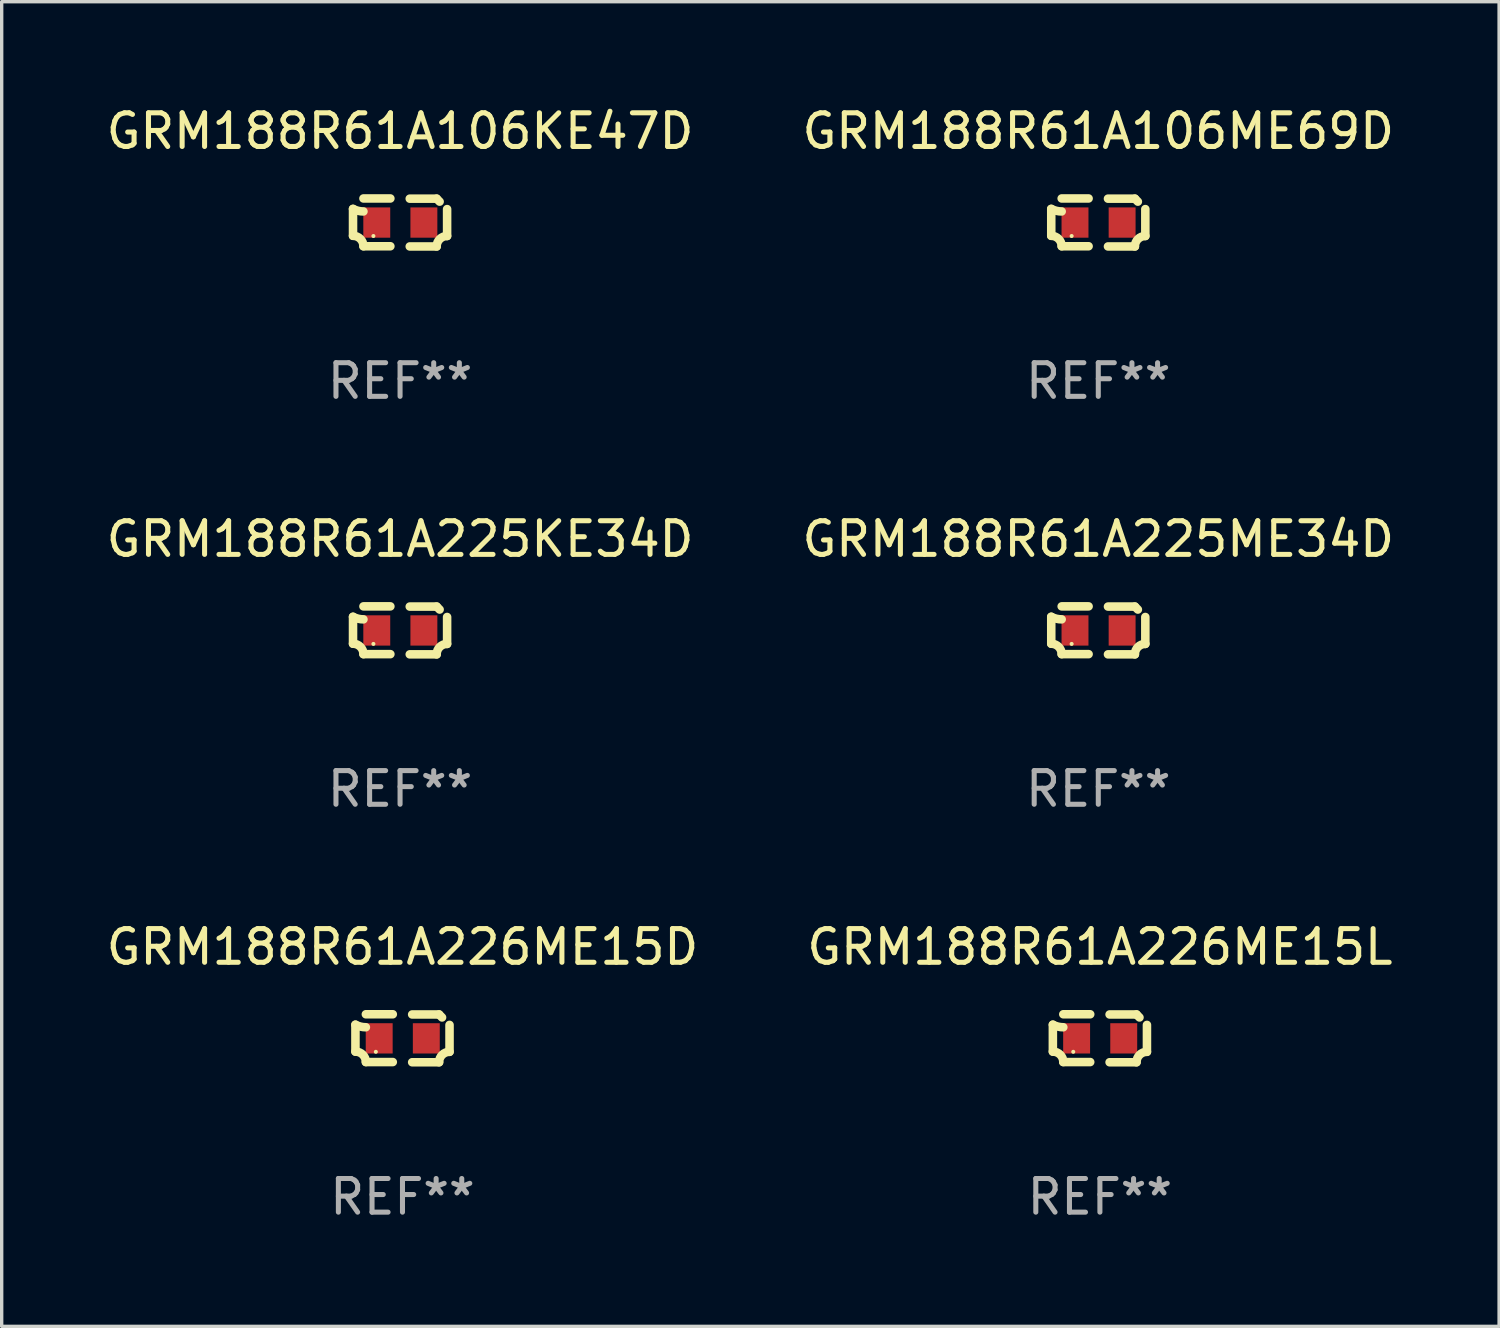
<source format=kicad_pcb>
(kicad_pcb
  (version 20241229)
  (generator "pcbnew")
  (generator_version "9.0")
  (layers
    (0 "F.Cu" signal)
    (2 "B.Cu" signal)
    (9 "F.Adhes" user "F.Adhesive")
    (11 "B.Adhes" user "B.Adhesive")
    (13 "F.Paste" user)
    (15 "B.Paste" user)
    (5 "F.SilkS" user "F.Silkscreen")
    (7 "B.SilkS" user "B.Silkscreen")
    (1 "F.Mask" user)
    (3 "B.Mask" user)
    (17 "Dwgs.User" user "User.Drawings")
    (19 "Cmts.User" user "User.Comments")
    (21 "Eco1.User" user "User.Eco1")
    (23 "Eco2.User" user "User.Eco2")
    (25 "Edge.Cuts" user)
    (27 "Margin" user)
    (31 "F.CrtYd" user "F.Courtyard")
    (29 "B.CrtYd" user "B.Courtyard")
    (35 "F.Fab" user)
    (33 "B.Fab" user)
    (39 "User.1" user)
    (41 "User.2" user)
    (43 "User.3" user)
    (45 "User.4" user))
  (footprint "GRM188R61A226ME15L"
    (layer "F.Cu")
    (at 29.637 27.805)
    (property "Reference" "GRM188R61A226ME15L" (at 0 -2.713 0) (layer "F.SilkS") (effects (font (size 1 1) (thickness 0.15))))
    (attr through_hole)
    (fp_line (start -1.398 -0.403) (end -1.398 0.397) (stroke (width 0.254) (type solid)) (layer "F.SilkS"))
    (fp_line (start -0.288 -0.713) (end -1.088 -0.713) (stroke (width 0.254) (type solid)) (layer "F.SilkS"))
    (fp_line (start -0.288 0.707) (end -1.088 0.707) (stroke (width 0.254) (type solid)) (layer "F.SilkS"))
    (fp_line (start 0.288 -0.707) (end 1.088 -0.707) (stroke (width 0.254) (type solid)) (layer "F.SilkS"))
    (fp_line (start 0.288 0.713) (end 1.088 0.713) (stroke (width 0.254) (type solid)) (layer "F.SilkS"))
    (fp_line (start 1.398 -0.397) (end 1.398 0.403) (stroke (width 0.254) (type solid)) (layer "F.SilkS"))
    (fp_arc (start -1.397789 0.397066) (mid -1.178701 0.487826) (end -1.08796 0.706922) (stroke (width 0.254001) (type solid)) (layer "F.SilkS"))
    (fp_arc (start -1.08796 -0.327176) (mid -1.247436 -0.346384) (end -1.39779 -0.402908) (stroke (width 0.254001) (type solid)) (layer "F.SilkS"))
    (fp_arc (start 1.087909 0.712738) (mid 1.178656 0.493655) (end 1.397739 0.402908) (stroke (width 0.254001) (type solid)) (layer "F.SilkS"))
    (fp_arc (start 1.175925 -0.618926) (mid 1.131917 -0.662923) (end 1.08791 -0.706922) (stroke (width 0.254001) (type solid)) (layer "F.SilkS"))
    (fp_circle (center -0.792 0.403) (end -0.762 0.403) (stroke (width 0.06) (type solid)) (fill no) (layer "F.SilkS"))
    (fp_text user "REF**" (at 0 4.713 0) (layer "F.Fab") (effects (font (size 1 1) (thickness 0.15))))
    (pad "1" smd rect (at -0.692 0.003) (size 0.8 0.9) (layers "F.Cu" "F.Mask" "F.Paste"))
    (pad "2" smd rect (at 0.708 0.003) (size 0.8 0.9) (layers "F.Cu" "F.Mask" "F.Paste")))
  (footprint "GRM188R61A226ME15D"
    (layer "F.Cu")
    (at 8.911 27.805)
    (property "Reference" "GRM188R61A226ME15D" (at 0 -2.713 0) (layer "F.SilkS") (effects (font (size 1 1) (thickness 0.15))))
    (attr through_hole)
    (fp_line (start -1.398 -0.403) (end -1.398 0.397) (stroke (width 0.254) (type solid)) (layer "F.SilkS"))
    (fp_line (start -0.288 -0.713) (end -1.088 -0.713) (stroke (width 0.254) (type solid)) (layer "F.SilkS"))
    (fp_line (start -0.288 0.707) (end -1.088 0.707) (stroke (width 0.254) (type solid)) (layer "F.SilkS"))
    (fp_line (start 0.288 -0.707) (end 1.088 -0.707) (stroke (width 0.254) (type solid)) (layer "F.SilkS"))
    (fp_line (start 0.288 0.713) (end 1.088 0.713) (stroke (width 0.254) (type solid)) (layer "F.SilkS"))
    (fp_line (start 1.398 -0.397) (end 1.398 0.403) (stroke (width 0.254) (type solid)) (layer "F.SilkS"))
    (fp_arc (start -1.397789 0.397066) (mid -1.178701 0.487826) (end -1.08796 0.706922) (stroke (width 0.254001) (type solid)) (layer "F.SilkS"))
    (fp_arc (start -1.08796 -0.327176) (mid -1.247436 -0.346384) (end -1.39779 -0.402908) (stroke (width 0.254001) (type solid)) (layer "F.SilkS"))
    (fp_arc (start 1.087909 0.712738) (mid 1.178656 0.493655) (end 1.397739 0.402908) (stroke (width 0.254001) (type solid)) (layer "F.SilkS"))
    (fp_arc (start 1.175925 -0.618926) (mid 1.131917 -0.662923) (end 1.08791 -0.706922) (stroke (width 0.254001) (type solid)) (layer "F.SilkS"))
    (fp_circle (center -0.792 0.403) (end -0.762 0.403) (stroke (width 0.06) (type solid)) (fill no) (layer "F.SilkS"))
    (fp_text user "REF**" (at 0 4.713 0) (layer "F.Fab") (effects (font (size 1 1) (thickness 0.15))))
    (pad "1" smd rect (at -0.692 0.003) (size 0.8 0.9) (layers "F.Cu" "F.Mask" "F.Paste"))
    (pad "2" smd rect (at 0.708 0.003) (size 0.8 0.9) (layers "F.Cu" "F.Mask" "F.Paste")))
  (footprint "GRM188R61A106KE47D"
    (layer "F.Cu")
    (at 8.839 3.561)
    (property "Reference" "GRM188R61A106KE47D" (at 0 -2.713 0) (layer "F.SilkS") (effects (font (size 1 1) (thickness 0.15))))
    (attr through_hole)
    (fp_line (start -1.398 -0.403) (end -1.398 0.397) (stroke (width 0.254) (type solid)) (layer "F.SilkS"))
    (fp_line (start -0.288 -0.713) (end -1.088 -0.713) (stroke (width 0.254) (type solid)) (layer "F.SilkS"))
    (fp_line (start -0.288 0.707) (end -1.088 0.707) (stroke (width 0.254) (type solid)) (layer "F.SilkS"))
    (fp_line (start 0.288 -0.707) (end 1.088 -0.707) (stroke (width 0.254) (type solid)) (layer "F.SilkS"))
    (fp_line (start 0.288 0.713) (end 1.088 0.713) (stroke (width 0.254) (type solid)) (layer "F.SilkS"))
    (fp_line (start 1.398 -0.397) (end 1.398 0.403) (stroke (width 0.254) (type solid)) (layer "F.SilkS"))
    (fp_arc (start -1.397789 0.397066) (mid -1.178701 0.487826) (end -1.08796 0.706922) (stroke (width 0.254001) (type solid)) (layer "F.SilkS"))
    (fp_arc (start -1.08796 -0.327176) (mid -1.247436 -0.346384) (end -1.39779 -0.402908) (stroke (width 0.254001) (type solid)) (layer "F.SilkS"))
    (fp_arc (start 1.087909 0.712738) (mid 1.178656 0.493655) (end 1.397739 0.402908) (stroke (width 0.254001) (type solid)) (layer "F.SilkS"))
    (fp_arc (start 1.175925 -0.618926) (mid 1.131917 -0.662923) (end 1.08791 -0.706922) (stroke (width 0.254001) (type solid)) (layer "F.SilkS"))
    (fp_circle (center -0.792 0.403) (end -0.762 0.403) (stroke (width 0.06) (type solid)) (fill no) (layer "F.SilkS"))
    (fp_text user "REF**" (at 0 4.713 0) (layer "F.Fab") (effects (font (size 1 1) (thickness 0.15))))
    (pad "1" smd rect (at -0.692 0.003) (size 0.8 0.9) (layers "F.Cu" "F.Mask" "F.Paste"))
    (pad "2" smd rect (at 0.708 0.003) (size 0.8 0.9) (layers "F.Cu" "F.Mask" "F.Paste")))
  (footprint "GRM188R61A225KE34D"
    (layer "F.Cu")
    (at 8.839 15.683)
    (property "Reference" "GRM188R61A225KE34D" (at 0 -2.713 0) (layer "F.SilkS") (effects (font (size 1 1) (thickness 0.15))))
    (attr through_hole)
    (fp_line (start -1.398 -0.403) (end -1.398 0.397) (stroke (width 0.254) (type solid)) (layer "F.SilkS"))
    (fp_line (start -0.288 -0.713) (end -1.088 -0.713) (stroke (width 0.254) (type solid)) (layer "F.SilkS"))
    (fp_line (start -0.288 0.707) (end -1.088 0.707) (stroke (width 0.254) (type solid)) (layer "F.SilkS"))
    (fp_line (start 0.288 -0.707) (end 1.088 -0.707) (stroke (width 0.254) (type solid)) (layer "F.SilkS"))
    (fp_line (start 0.288 0.713) (end 1.088 0.713) (stroke (width 0.254) (type solid)) (layer "F.SilkS"))
    (fp_line (start 1.398 -0.397) (end 1.398 0.403) (stroke (width 0.254) (type solid)) (layer "F.SilkS"))
    (fp_arc (start -1.397789 0.397066) (mid -1.178701 0.487826) (end -1.08796 0.706922) (stroke (width 0.254001) (type solid)) (layer "F.SilkS"))
    (fp_arc (start -1.08796 -0.327176) (mid -1.247436 -0.346384) (end -1.39779 -0.402908) (stroke (width 0.254001) (type solid)) (layer "F.SilkS"))
    (fp_arc (start 1.087909 0.712738) (mid 1.178656 0.493655) (end 1.397739 0.402908) (stroke (width 0.254001) (type solid)) (layer "F.SilkS"))
    (fp_arc (start 1.175925 -0.618926) (mid 1.131917 -0.662923) (end 1.08791 -0.706922) (stroke (width 0.254001) (type solid)) (layer "F.SilkS"))
    (fp_circle (center -0.792 0.403) (end -0.762 0.403) (stroke (width 0.06) (type solid)) (fill no) (layer "F.SilkS"))
    (fp_text user "REF**" (at 0 4.713 0) (layer "F.Fab") (effects (font (size 1 1) (thickness 0.15))))
    (pad "1" smd rect (at -0.692 0.003) (size 0.8 0.9) (layers "F.Cu" "F.Mask" "F.Paste"))
    (pad "2" smd rect (at 0.708 0.003) (size 0.8 0.9) (layers "F.Cu" "F.Mask" "F.Paste")))
  (footprint "GRM188R61A106ME69D"
    (layer "F.Cu")
    (at 29.589 3.561)
    (property "Reference" "GRM188R61A106ME69D" (at 0 -2.713 0) (layer "F.SilkS") (effects (font (size 1 1) (thickness 0.15))))
    (attr through_hole)
    (fp_line (start -1.398 -0.403) (end -1.398 0.397) (stroke (width 0.254) (type solid)) (layer "F.SilkS"))
    (fp_line (start -0.288 -0.713) (end -1.088 -0.713) (stroke (width 0.254) (type solid)) (layer "F.SilkS"))
    (fp_line (start -0.288 0.707) (end -1.088 0.707) (stroke (width 0.254) (type solid)) (layer "F.SilkS"))
    (fp_line (start 0.288 -0.707) (end 1.088 -0.707) (stroke (width 0.254) (type solid)) (layer "F.SilkS"))
    (fp_line (start 0.288 0.713) (end 1.088 0.713) (stroke (width 0.254) (type solid)) (layer "F.SilkS"))
    (fp_line (start 1.398 -0.397) (end 1.398 0.403) (stroke (width 0.254) (type solid)) (layer "F.SilkS"))
    (fp_arc (start -1.397789 0.397066) (mid -1.178701 0.487826) (end -1.08796 0.706922) (stroke (width 0.254001) (type solid)) (layer "F.SilkS"))
    (fp_arc (start -1.08796 -0.327176) (mid -1.247436 -0.346384) (end -1.39779 -0.402908) (stroke (width 0.254001) (type solid)) (layer "F.SilkS"))
    (fp_arc (start 1.087909 0.712738) (mid 1.178656 0.493655) (end 1.397739 0.402908) (stroke (width 0.254001) (type solid)) (layer "F.SilkS"))
    (fp_arc (start 1.175925 -0.618926) (mid 1.131917 -0.662923) (end 1.08791 -0.706922) (stroke (width 0.254001) (type solid)) (layer "F.SilkS"))
    (fp_circle (center -0.792 0.403) (end -0.762 0.403) (stroke (width 0.06) (type solid)) (fill no) (layer "F.SilkS"))
    (fp_text user "REF**" (at 0 4.713 0) (layer "F.Fab") (effects (font (size 1 1) (thickness 0.15))))
    (pad "1" smd rect (at -0.692 0.003) (size 0.8 0.9) (layers "F.Cu" "F.Mask" "F.Paste"))
    (pad "2" smd rect (at 0.708 0.003) (size 0.8 0.9) (layers "F.Cu" "F.Mask" "F.Paste")))
  (footprint "GRM188R61A225ME34D"
    (layer "F.Cu")
    (at 29.589 15.683)
    (property "Reference" "GRM188R61A225ME34D" (at 0 -2.713 0) (layer "F.SilkS") (effects (font (size 1 1) (thickness 0.15))))
    (attr through_hole)
    (fp_line (start -1.398 -0.403) (end -1.398 0.397) (stroke (width 0.254) (type solid)) (layer "F.SilkS"))
    (fp_line (start -0.288 -0.713) (end -1.088 -0.713) (stroke (width 0.254) (type solid)) (layer "F.SilkS"))
    (fp_line (start -0.288 0.707) (end -1.088 0.707) (stroke (width 0.254) (type solid)) (layer "F.SilkS"))
    (fp_line (start 0.288 -0.707) (end 1.088 -0.707) (stroke (width 0.254) (type solid)) (layer "F.SilkS"))
    (fp_line (start 0.288 0.713) (end 1.088 0.713) (stroke (width 0.254) (type solid)) (layer "F.SilkS"))
    (fp_line (start 1.398 -0.397) (end 1.398 0.403) (stroke (width 0.254) (type solid)) (layer "F.SilkS"))
    (fp_arc (start -1.397789 0.397066) (mid -1.178701 0.487826) (end -1.08796 0.706922) (stroke (width 0.254001) (type solid)) (layer "F.SilkS"))
    (fp_arc (start -1.08796 -0.327176) (mid -1.247436 -0.346384) (end -1.39779 -0.402908) (stroke (width 0.254001) (type solid)) (layer "F.SilkS"))
    (fp_arc (start 1.087909 0.712738) (mid 1.178656 0.493655) (end 1.397739 0.402908) (stroke (width 0.254001) (type solid)) (layer "F.SilkS"))
    (fp_arc (start 1.175925 -0.618926) (mid 1.131917 -0.662923) (end 1.08791 -0.706922) (stroke (width 0.254001) (type solid)) (layer "F.SilkS"))
    (fp_circle (center -0.792 0.403) (end -0.762 0.403) (stroke (width 0.06) (type solid)) (fill no) (layer "F.SilkS"))
    (fp_text user "REF**" (at 0 4.713 0) (layer "F.Fab") (effects (font (size 1 1) (thickness 0.15))))
    (pad "1" smd rect (at -0.692 0.003) (size 0.8 0.9) (layers "F.Cu" "F.Mask" "F.Paste"))
    (pad "2" smd rect (at 0.708 0.003) (size 0.8 0.9) (layers "F.Cu" "F.Mask" "F.Paste")))
  (gr_rect
    (start -3 -3)
    (end 41.5 36.366)
    (stroke (width 0.1) (type default))
    (fill no)
    (layer "Edge.Cuts")))
</source>
